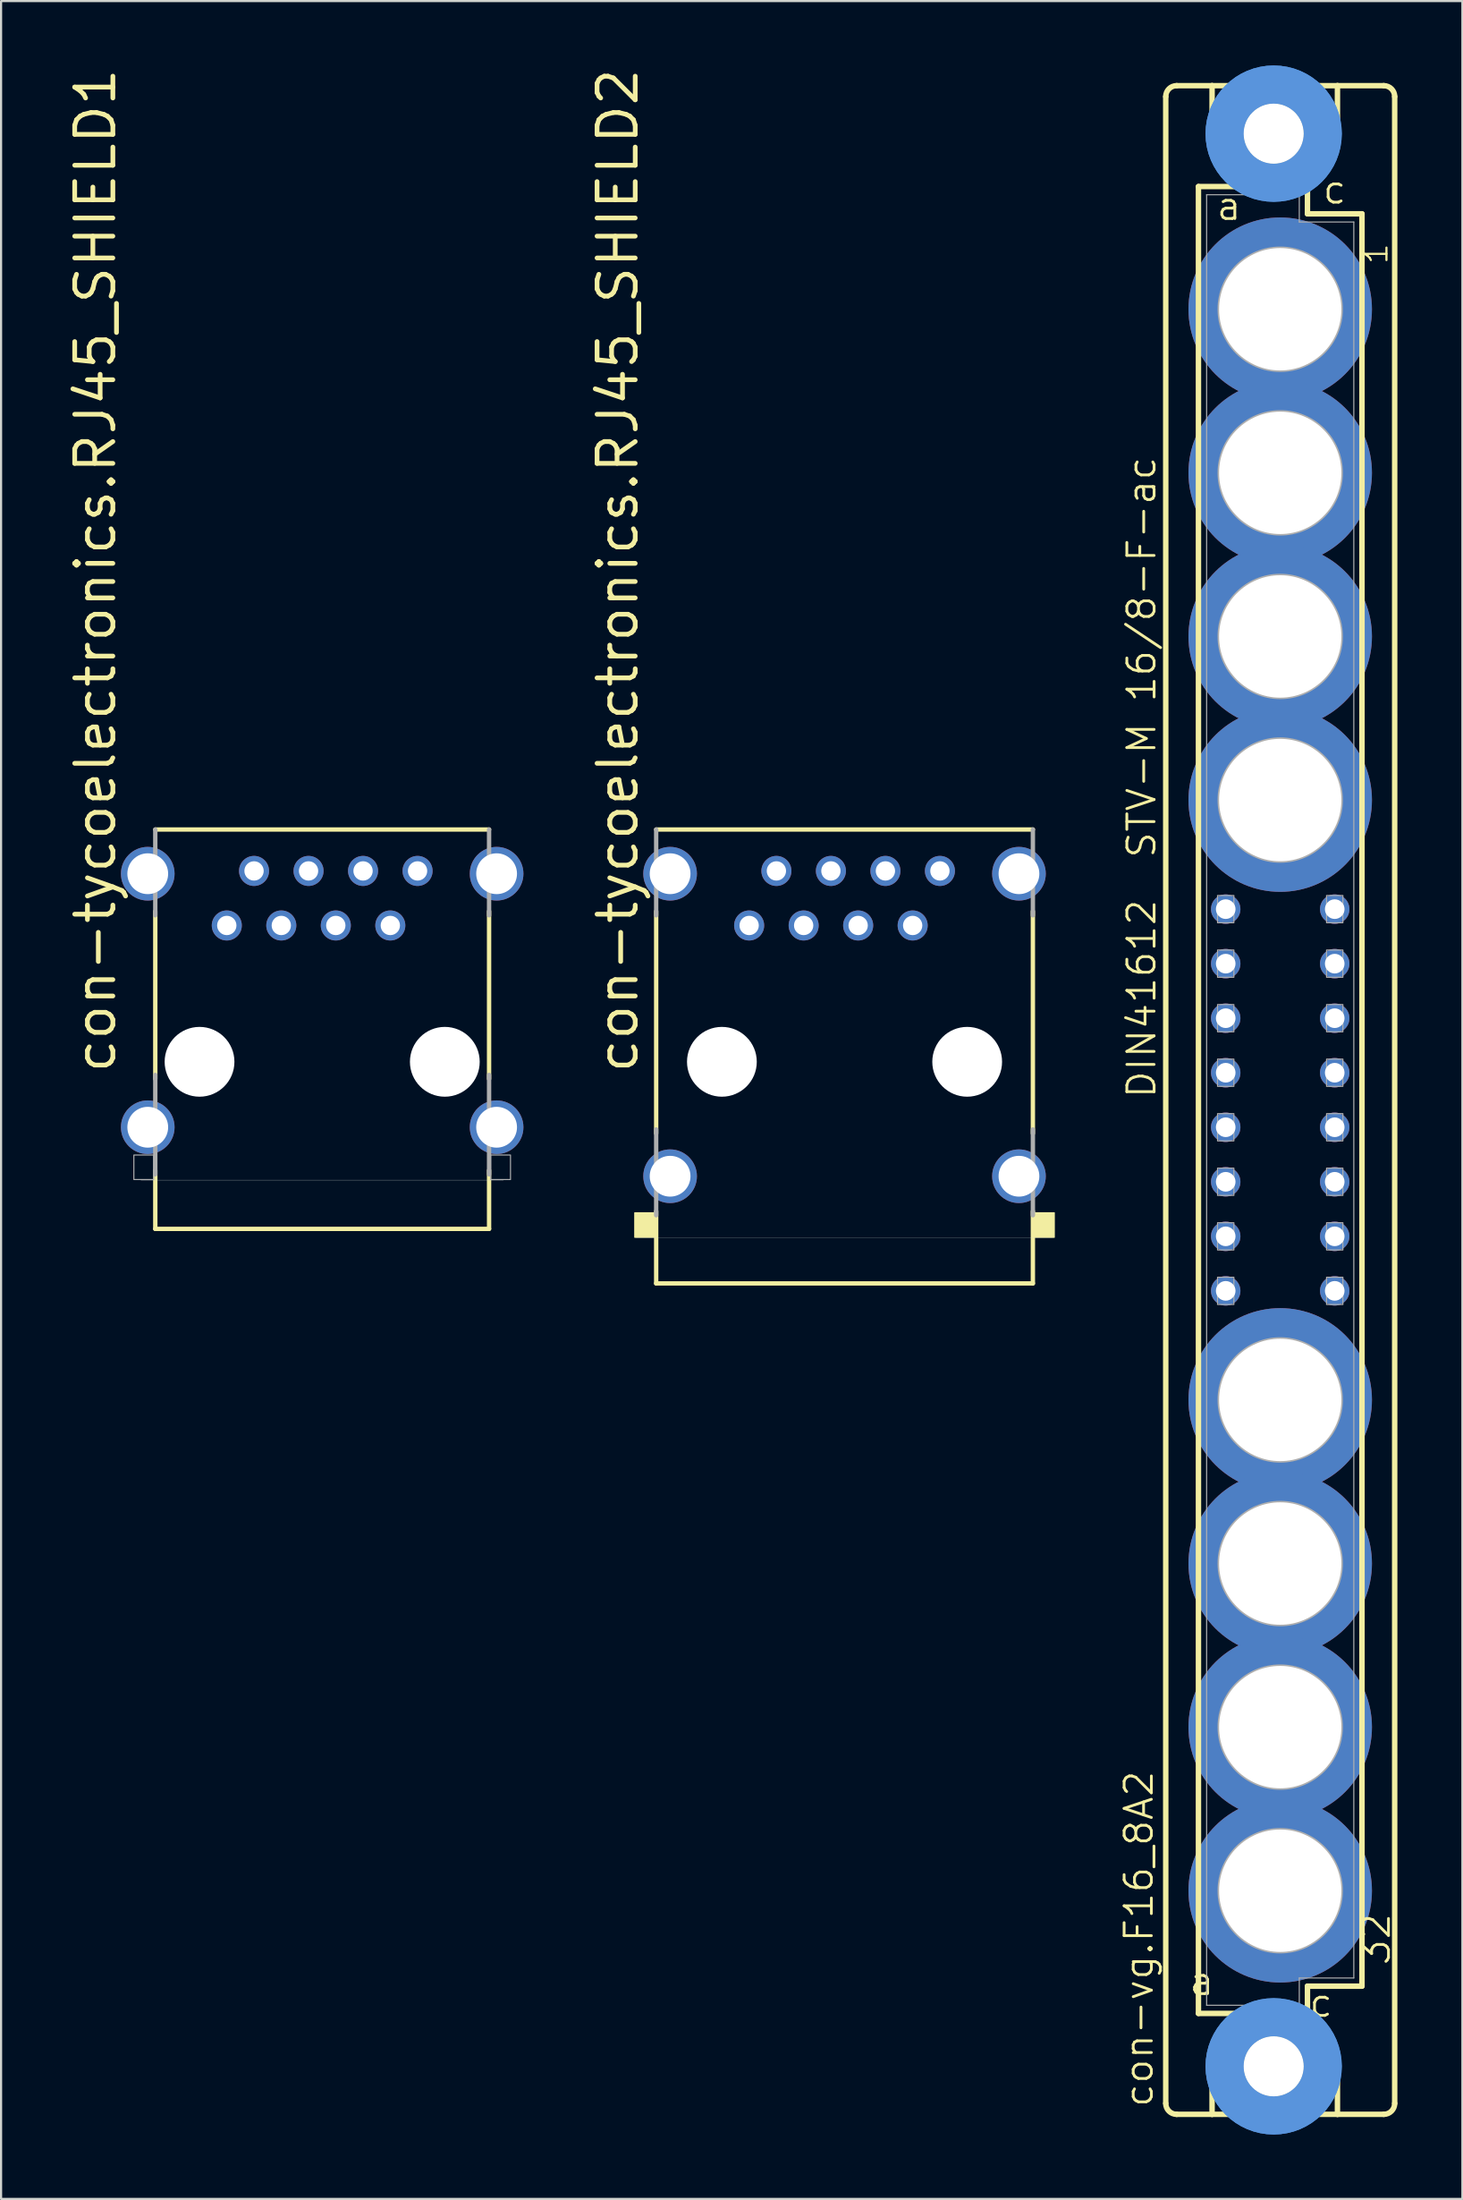
<source format=kicad_pcb>
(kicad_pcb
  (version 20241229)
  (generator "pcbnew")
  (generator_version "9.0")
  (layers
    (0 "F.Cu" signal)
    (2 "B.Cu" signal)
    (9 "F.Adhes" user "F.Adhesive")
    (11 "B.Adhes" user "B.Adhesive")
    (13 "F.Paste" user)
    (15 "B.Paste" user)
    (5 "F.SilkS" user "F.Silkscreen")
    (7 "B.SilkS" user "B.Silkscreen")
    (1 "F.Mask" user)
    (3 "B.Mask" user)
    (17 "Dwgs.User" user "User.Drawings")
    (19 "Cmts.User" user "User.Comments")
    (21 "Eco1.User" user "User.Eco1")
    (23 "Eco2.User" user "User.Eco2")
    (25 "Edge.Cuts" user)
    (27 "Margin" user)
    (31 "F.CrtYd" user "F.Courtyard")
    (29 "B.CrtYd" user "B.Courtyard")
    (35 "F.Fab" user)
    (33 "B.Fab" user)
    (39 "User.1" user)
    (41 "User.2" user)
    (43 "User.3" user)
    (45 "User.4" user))
  (footprint "con-vg.F16_8A2"
    (layer "F.Cu")
    (at 56.606 48.184)
    (property "Reference" "con-vg.F16_8A2" (at -5.842 46.99 90) (layer "F.SilkS") (effects (font (size 1.27 1.27) (thickness 0.13)) (justify left bottom)))
    (attr through_hole)
    (fp_line (start -5.334 46.736) (end -5.334 -46.736) (stroke (width 0.254) (type default)) (layer "F.SilkS"))
    (fp_line (start -4.826 -47.244) (end -3.175 -47.244) (stroke (width 0.254) (type default)) (layer "F.SilkS"))
    (fp_line (start -4.826 47.244) (end -3.175 47.244) (stroke (width 0.254) (type default)) (layer "F.SilkS"))
    (fp_line (start -3.81 -42.545) (end -3.81 42.545) (stroke (width 0.254) (type default)) (layer "F.SilkS"))
    (fp_line (start -3.81 42.545) (end -1.651 42.545) (stroke (width 0.254) (type default)) (layer "F.SilkS"))
    (fp_line (start -3.175 -47.244) (end -3.175 -44.45) (stroke (width 0.254) (type default)) (layer "F.SilkS"))
    (fp_line (start -3.175 47.244) (end -3.175 44.45) (stroke (width 0.254) (type default)) (layer "F.SilkS"))
    (fp_line (start -3.175 47.244) (end 2.667 47.244) (stroke (width 0.254) (type default)) (layer "F.SilkS"))
    (fp_line (start -1.651 -42.545) (end -3.81 -42.545) (stroke (width 0.254) (type default)) (layer "F.SilkS"))
    (fp_line (start -1.651 -42.545) (end -3.175 -44.45) (stroke (width 0.254) (type default)) (layer "F.SilkS"))
    (fp_line (start -1.651 42.545) (end -3.175 44.45) (stroke (width 0.254) (type default)) (layer "F.SilkS"))
    (fp_line (start -1.651 42.545) (end 1.143 42.545) (stroke (width 0.254) (type default)) (layer "F.SilkS"))
    (fp_line (start 1.143 -42.545) (end -1.651 -42.545) (stroke (width 0.254) (type default)) (layer "F.SilkS"))
    (fp_line (start 1.143 -42.545) (end 2.667 -44.45) (stroke (width 0.254) (type default)) (layer "F.SilkS"))
    (fp_line (start 1.143 42.545) (end 1.27 42.545) (stroke (width 0.254) (type default)) (layer "F.SilkS"))
    (fp_line (start 1.143 42.545) (end 2.667 44.45) (stroke (width 0.254) (type default)) (layer "F.SilkS"))
    (fp_line (start 1.27 -42.545) (end 1.143 -42.545) (stroke (width 0.254) (type default)) (layer "F.SilkS"))
    (fp_line (start 1.27 -41.275) (end 1.27 -42.545) (stroke (width 0.254) (type default)) (layer "F.SilkS"))
    (fp_line (start 1.27 41.275) (end 3.81 41.275) (stroke (width 0.254) (type default)) (layer "F.SilkS"))
    (fp_line (start 1.27 42.545) (end 1.27 41.275) (stroke (width 0.254) (type default)) (layer "F.SilkS"))
    (fp_line (start 2.667 -47.244) (end -3.175 -47.244) (stroke (width 0.254) (type default)) (layer "F.SilkS"))
    (fp_line (start 2.667 -47.244) (end 2.667 -44.45) (stroke (width 0.254) (type default)) (layer "F.SilkS"))
    (fp_line (start 2.667 47.244) (end 2.667 44.45) (stroke (width 0.254) (type default)) (layer "F.SilkS"))
    (fp_line (start 2.667 47.244) (end 4.826 47.244) (stroke (width 0.254) (type default)) (layer "F.SilkS"))
    (fp_line (start 3.81 -41.275) (end 1.27 -41.275) (stroke (width 0.254) (type default)) (layer "F.SilkS"))
    (fp_line (start 3.81 41.275) (end 3.81 -41.275) (stroke (width 0.254) (type default)) (layer "F.SilkS"))
    (fp_line (start 4.826 -47.244) (end 2.667 -47.244) (stroke (width 0.254) (type default)) (layer "F.SilkS"))
    (fp_line (start 5.334 46.736) (end 5.334 -46.736) (stroke (width 0.254) (type default)) (layer "F.SilkS"))
    (fp_arc (start -5.334 -46.736) (mid -5.18521 -47.09521) (end -4.826 -47.244) (stroke (width 0.254) (type default)) (layer "F.SilkS"))
    (fp_arc (start -4.826 47.244) (mid -5.18521 47.09521) (end -5.334 46.736) (stroke (width 0.254) (type default)) (layer "F.SilkS"))
    (fp_arc (start 4.826 -47.244) (mid 5.18521 -47.09521) (end 5.334 -46.736) (stroke (width 0.254) (type default)) (layer "F.SilkS"))
    (fp_arc (start 5.334 46.736) (mid 5.18521 47.09521) (end 4.826 47.244) (stroke (width 0.254) (type default)) (layer "F.SilkS"))
    (fp_circle (center -0.305 -45.009) (end 0.965 -45.009) (stroke (width 0.254) (type default)) (fill no) (layer "F.SilkS"))
    (fp_circle (center -0.305 45.009) (end 0.965 45.009) (stroke (width 0.254) (type default)) (fill no) (layer "F.SilkS"))
    (fp_circle (center -0.305 -45.009) (end 1.981 -45.009) (stroke (width 1.778) (type default)) (fill no) (layer "Cmts.User"))
    (fp_circle (center -0.305 -45.009) (end 1.981 -45.009) (stroke (width 1.778) (type default)) (fill no) (layer "Cmts.User"))
    (fp_circle (center -0.305 45.009) (end 1.981 45.009) (stroke (width 1.778) (type default)) (fill no) (layer "Cmts.User"))
    (fp_circle (center -0.305 45.009) (end 1.981 45.009) (stroke (width 1.778) (type default)) (fill no) (layer "Cmts.User"))
    (fp_line (start -3.429 -42.164) (end -3.429 42.164) (stroke (width 0.051) (type default)) (layer "F.Fab"))
    (fp_line (start -3.429 -42.164) (end 0.889 -42.164) (stroke (width 0.051) (type default)) (layer "F.Fab"))
    (fp_line (start -3.429 42.164) (end 0.889 42.164) (stroke (width 0.051) (type default)) (layer "F.Fab"))
    (fp_line (start 0.889 -42.164) (end 0.889 -40.894) (stroke (width 0.051) (type default)) (layer "F.Fab"))
    (fp_line (start 0.889 -40.894) (end 3.429 -40.894) (stroke (width 0.051) (type default)) (layer "F.Fab"))
    (fp_line (start 0.889 40.894) (end 3.429 40.894) (stroke (width 0.051) (type default)) (layer "F.Fab"))
    (fp_line (start 0.889 42.164) (end 0.889 40.894) (stroke (width 0.051) (type default)) (layer "F.Fab"))
    (fp_line (start 3.429 -40.894) (end 3.429 40.894) (stroke (width 0.051) (type default)) (layer "F.Fab"))
    (fp_rect (start -2.921 -8.255) (end -2.159 -9.525) (stroke (width 0.05) (type default)) (fill no) (layer "F.Fab"))
    (fp_rect (start -2.921 -5.715) (end -2.159 -6.985) (stroke (width 0.05) (type default)) (fill no) (layer "F.Fab"))
    (fp_rect (start -2.921 -3.175) (end -2.159 -4.445) (stroke (width 0.05) (type default)) (fill no) (layer "F.Fab"))
    (fp_rect (start -2.921 -0.635) (end -2.159 -1.905) (stroke (width 0.05) (type default)) (fill no) (layer "F.Fab"))
    (fp_rect (start -2.921 1.905) (end -2.159 0.635) (stroke (width 0.05) (type default)) (fill no) (layer "F.Fab"))
    (fp_rect (start -2.921 4.445) (end -2.159 3.175) (stroke (width 0.05) (type default)) (fill no) (layer "F.Fab"))
    (fp_rect (start -2.921 6.985) (end -2.159 5.715) (stroke (width 0.05) (type default)) (fill no) (layer "F.Fab"))
    (fp_rect (start -2.921 9.525) (end -2.159 8.255) (stroke (width 0.05) (type default)) (fill no) (layer "F.Fab"))
    (fp_rect (start 2.159 -8.255) (end 2.921 -9.525) (stroke (width 0.05) (type default)) (fill no) (layer "F.Fab"))
    (fp_rect (start 2.159 -5.715) (end 2.921 -6.985) (stroke (width 0.05) (type default)) (fill no) (layer "F.Fab"))
    (fp_rect (start 2.159 -3.175) (end 2.921 -4.445) (stroke (width 0.05) (type default)) (fill no) (layer "F.Fab"))
    (fp_rect (start 2.159 -0.635) (end 2.921 -1.905) (stroke (width 0.05) (type default)) (fill no) (layer "F.Fab"))
    (fp_rect (start 2.159 1.905) (end 2.921 0.635) (stroke (width 0.05) (type default)) (fill no) (layer "F.Fab"))
    (fp_rect (start 2.159 4.445) (end 2.921 3.175) (stroke (width 0.05) (type default)) (fill no) (layer "F.Fab"))
    (fp_rect (start 2.159 6.985) (end 2.921 5.715) (stroke (width 0.05) (type default)) (fill no) (layer "F.Fab"))
    (fp_rect (start 2.159 9.525) (end 2.921 8.255) (stroke (width 0.05) (type default)) (fill no) (layer "F.Fab"))
    (fp_circle (center 0 -36.83) (end 2.794 -36.83) (stroke (width 0.254) (type default)) (fill no) (layer "F.Fab"))
    (fp_circle (center 0 -29.21) (end 2.794 -29.21) (stroke (width 0.254) (type default)) (fill no) (layer "F.Fab"))
    (fp_circle (center 0 -21.59) (end 2.794 -21.59) (stroke (width 0.254) (type default)) (fill no) (layer "F.Fab"))
    (fp_circle (center 0 -13.97) (end 2.794 -13.97) (stroke (width 0.254) (type default)) (fill no) (layer "F.Fab"))
    (fp_circle (center 0 13.97) (end 2.794 13.97) (stroke (width 0.254) (type default)) (fill no) (layer "F.Fab"))
    (fp_circle (center 0 21.59) (end 2.794 21.59) (stroke (width 0.254) (type default)) (fill no) (layer "F.Fab"))
    (fp_circle (center 0 29.21) (end 2.794 29.21) (stroke (width 0.254) (type default)) (fill no) (layer "F.Fab"))
    (fp_circle (center 0 36.83) (end 2.794 36.83) (stroke (width 0.254) (type default)) (fill no) (layer "F.Fab"))
    (fp_text user "c " (at 1.27 42.799 0) (layer "F.SilkS") (effects (font (size 1.27 1.27) (thickness 0.13)) (justify left bottom)))
    (fp_text user "DIN41612  STV-M 16/8-F-ac" (at -5.715 0 90) (layer "F.SilkS") (effects (font (size 1.27 1.27) (thickness 0.13)) (justify left bottom)))
    (fp_text user "32" (at 5.207 40.386 90) (layer "F.SilkS") (effects (font (size 1.27 1.27) (thickness 0.13)) (justify left bottom)))
    (fp_text user "1" (at 5.08 -38.862 90) (layer "F.SilkS") (effects (font (size 1.016 1.016) (thickness 0.1)) (justify left bottom)))
    (fp_text user "c" (at 1.905 -41.656 0) (layer "F.SilkS") (effects (font (size 1.27 1.27) (thickness 0.13)) (justify left bottom)))
    (fp_text user "a" (at -3.048 -40.894 0) (layer "F.SilkS") (effects (font (size 1.27 1.27) (thickness 0.13)) (justify left bottom)))
    (fp_text user "a " (at -4.318 41.783 0) (layer "F.SilkS") (effects (font (size 1.27 1.27) (thickness 0.13)) (justify left bottom)))
    (pad "" np_thru_hole circle (at -0.305 -45.009) (size 2.794 2.794) (drill 2.794) (layers "*.Cu" "*.Mask"))
    (pad "" np_thru_hole circle (at -0.305 45.009) (size 2.794 2.794) (drill 2.794) (layers "*.Cu" "*.Mask"))
    (pad "1" thru_hole circle (at 0 -36.83) (size 8.55 8.55) (drill 5.7) (layers "*.Cu" "*.Mask"))
    (pad "2" thru_hole circle (at 0 -29.21) (size 8.55 8.55) (drill 5.7) (layers "*.Cu" "*.Mask"))
    (pad "3" thru_hole circle (at 0 -21.59) (size 8.55 8.55) (drill 5.7) (layers "*.Cu" "*.Mask"))
    (pad "4" thru_hole circle (at 0 -13.97) (size 8.55 8.55) (drill 5.7) (layers "*.Cu" "*.Mask"))
    (pad "5" thru_hole circle (at 0 13.97) (size 8.55 8.55) (drill 5.7) (layers "*.Cu" "*.Mask"))
    (pad "6" thru_hole circle (at 0 21.59) (size 8.55 8.55) (drill 5.7) (layers "*.Cu" "*.Mask"))
    (pad "7" thru_hole circle (at 0 29.21) (size 8.55 8.55) (drill 5.7) (layers "*.Cu" "*.Mask"))
    (pad "8" thru_hole circle (at 0 36.83) (size 8.55 8.55) (drill 5.7) (layers "*.Cu" "*.Mask"))
    (pad "A13" thru_hole circle (at -2.54 -8.89) (size 1.372 1.372) (drill 0.914) (layers "*.Cu" "*.Mask"))
    (pad "A14" thru_hole circle (at -2.54 -6.35) (size 1.372 1.372) (drill 0.914) (layers "*.Cu" "*.Mask"))
    (pad "A15" thru_hole circle (at -2.54 -3.81) (size 1.372 1.372) (drill 0.914) (layers "*.Cu" "*.Mask"))
    (pad "A16" thru_hole circle (at -2.54 -1.27) (size 1.372 1.372) (drill 0.914) (layers "*.Cu" "*.Mask"))
    (pad "A17" thru_hole circle (at -2.54 1.27) (size 1.372 1.372) (drill 0.914) (layers "*.Cu" "*.Mask"))
    (pad "A18" thru_hole circle (at -2.54 3.81) (size 1.372 1.372) (drill 0.914) (layers "*.Cu" "*.Mask"))
    (pad "A19" thru_hole circle (at -2.54 6.35) (size 1.372 1.372) (drill 0.914) (layers "*.Cu" "*.Mask"))
    (pad "A20" thru_hole circle (at -2.54 8.89) (size 1.372 1.372) (drill 0.914) (layers "*.Cu" "*.Mask"))
    (pad "C13" thru_hole circle (at 2.54 -8.89) (size 1.372 1.372) (drill 0.914) (layers "*.Cu" "*.Mask"))
    (pad "C14" thru_hole circle (at 2.54 -6.35) (size 1.372 1.372) (drill 0.914) (layers "*.Cu" "*.Mask"))
    (pad "C15" thru_hole circle (at 2.54 -3.81) (size 1.372 1.372) (drill 0.914) (layers "*.Cu" "*.Mask"))
    (pad "C16" thru_hole circle (at 2.54 -1.27) (size 1.372 1.372) (drill 0.914) (layers "*.Cu" "*.Mask"))
    (pad "C17" thru_hole circle (at 2.54 1.27) (size 1.372 1.372) (drill 0.914) (layers "*.Cu" "*.Mask"))
    (pad "C18" thru_hole circle (at 2.54 3.81) (size 1.372 1.372) (drill 0.914) (layers "*.Cu" "*.Mask"))
    (pad "C19" thru_hole circle (at 2.54 6.35) (size 1.372 1.372) (drill 0.914) (layers "*.Cu" "*.Mask"))
    (pad "C20" thru_hole circle (at 2.54 8.89) (size 1.372 1.372) (drill 0.914) (layers "*.Cu" "*.Mask")))
  (footprint "con-tycoelectronics.RJ45_SHIELD2"
    (layer "F.Cu")
    (at 36.304 46.405)
    (property "Reference" "con-tycoelectronics.RJ45_SHIELD2" (at -9.525 0.635 90) (layer "F.SilkS") (effects (font (size 1.778 1.778) (thickness 0.22)) (justify left bottom)))
    (attr through_hole)
    (fp_line (start -8.777 -10.819) (end 8.777 -10.819) (stroke (width 0.203) (type default)) (layer "F.SilkS"))
    (fp_line (start -8.777 3.337) (end -8.777 -7.009) (stroke (width 0.203) (type default)) (layer "F.SilkS"))
    (fp_line (start -8.777 10.322) (end -8.777 6.961) (stroke (width 0.203) (type default)) (layer "F.SilkS"))
    (fp_line (start 8.777 -7.009) (end 8.777 3.337) (stroke (width 0.203) (type default)) (layer "F.SilkS"))
    (fp_line (start 8.777 6.961) (end 8.777 10.322) (stroke (width 0.203) (type default)) (layer "F.SilkS"))
    (fp_line (start 8.777 10.322) (end -8.777 10.322) (stroke (width 0.203) (type default)) (layer "F.SilkS"))
    (fp_rect (start -9.775 8.175) (end -8.85 7.032) (stroke (width 0.05) (type default)) (fill yes) (layer "F.SilkS"))
    (fp_rect (start 8.85 8.175) (end 9.775 7.032) (stroke (width 0.05) (type default)) (fill yes) (layer "F.SilkS"))
    (fp_line (start 9.716 8.18) (end -9.716 8.18) (stroke (width 0.01) (type default)) (layer "Edge.Cuts"))
    (fp_line (start -8.777 -6.823) (end -8.777 -10.819) (stroke (width 0.203) (type default)) (layer "F.Fab"))
    (fp_line (start -8.777 7.147) (end -8.777 3.151) (stroke (width 0.203) (type default)) (layer "F.Fab"))
    (fp_line (start 8.777 -10.819) (end 8.777 -6.823) (stroke (width 0.203) (type default)) (layer "F.Fab"))
    (fp_line (start 8.777 3.151) (end 8.777 7.147) (stroke (width 0.203) (type default)) (layer "F.Fab"))
    (pad "" np_thru_hole circle (at -5.715 0) (size 3.251 3.251) (drill 3.251) (layers "*.Cu" "*.Mask"))
    (pad "" np_thru_hole circle (at 5.715 0) (size 3.251 3.251) (drill 3.251) (layers "*.Cu" "*.Mask"))
    (pad "1" thru_hole circle (at -4.445 -6.35) (size 1.4 1.4) (drill 0.9) (layers "*.Cu" "*.Mask"))
    (pad "2" thru_hole circle (at -3.175 -8.89) (size 1.4 1.4) (drill 0.9) (layers "*.Cu" "*.Mask"))
    (pad "3" thru_hole circle (at -1.905 -6.35) (size 1.4 1.4) (drill 0.9) (layers "*.Cu" "*.Mask"))
    (pad "4" thru_hole circle (at -0.635 -8.89) (size 1.4 1.4) (drill 0.9) (layers "*.Cu" "*.Mask"))
    (pad "5" thru_hole circle (at 0.635 -6.35) (size 1.4 1.4) (drill 0.9) (layers "*.Cu" "*.Mask"))
    (pad "6" thru_hole circle (at 1.905 -8.89) (size 1.4 1.4) (drill 0.9) (layers "*.Cu" "*.Mask"))
    (pad "7" thru_hole circle (at 3.175 -6.35) (size 1.4 1.4) (drill 0.9) (layers "*.Cu" "*.Mask"))
    (pad "8" thru_hole circle (at 4.445 -8.89) (size 1.4 1.4) (drill 0.9) (layers "*.Cu" "*.Mask"))
    (pad "S1" thru_hole circle (at -8.128 5.33) (size 2.5 2.5) (drill 1.9) (layers "*.Cu" "*.Mask"))
    (pad "S2" thru_hole circle (at 8.128 5.33) (size 2.5 2.5) (drill 1.9) (layers "*.Cu" "*.Mask"))
    (pad "S3" thru_hole circle (at -8.128 -8.76) (size 2.5 2.5) (drill 1.9) (layers "*.Cu" "*.Mask"))
    (pad "S4" thru_hole circle (at 8.128 -8.76) (size 2.5 2.5) (drill 1.9) (layers "*.Cu" "*.Mask")))
  (footprint "con-tycoelectronics.RJ45_SHIELD1"
    (layer "F.Cu")
    (at 11.963 46.405)
    (property "Reference" "con-tycoelectronics.RJ45_SHIELD1" (at -9.525 0.635 90) (layer "F.SilkS") (effects (font (size 1.778 1.778) (thickness 0.22)) (justify left bottom)))
    (attr through_hole)
    (fp_line (start -7.777 -10.819) (end 7.777 -10.819) (stroke (width 0.203) (type default)) (layer "F.SilkS"))
    (fp_line (start -7.777 0.797) (end -7.777 -7.009) (stroke (width 0.203) (type default)) (layer "F.SilkS"))
    (fp_line (start -7.777 7.782) (end -7.777 5.056) (stroke (width 0.203) (type default)) (layer "F.SilkS"))
    (fp_line (start 7.777 -7.009) (end 7.777 0.797) (stroke (width 0.203) (type default)) (layer "F.SilkS"))
    (fp_line (start 7.777 5.056) (end 7.777 7.782) (stroke (width 0.203) (type default)) (layer "F.SilkS"))
    (fp_line (start 7.777 7.782) (end -7.777 7.782) (stroke (width 0.203) (type default)) (layer "F.SilkS"))
    (fp_line (start 8.445 5.512) (end -8.445 5.512) (stroke (width 0.01) (type default)) (layer "Edge.Cuts"))
    (fp_line (start -7.777 -6.823) (end -7.777 -10.819) (stroke (width 0.203) (type default)) (layer "F.Fab"))
    (fp_line (start -7.777 5.242) (end -7.777 0.611) (stroke (width 0.203) (type default)) (layer "F.Fab"))
    (fp_line (start 7.777 -10.819) (end 7.777 -6.823) (stroke (width 0.203) (type default)) (layer "F.Fab"))
    (fp_line (start 7.777 0.611) (end 7.777 5.242) (stroke (width 0.203) (type default)) (layer "F.Fab"))
    (fp_rect (start -8.775 5.485) (end -7.85 4.342) (stroke (width 0.05) (type default)) (fill no) (layer "F.Fab"))
    (fp_rect (start 7.85 5.485) (end 8.775 4.342) (stroke (width 0.05) (type default)) (fill no) (layer "F.Fab"))
    (pad "" np_thru_hole circle (at -5.715 0) (size 3.251 3.251) (drill 3.251) (layers "*.Cu" "*.Mask"))
    (pad "" np_thru_hole circle (at 5.715 0) (size 3.251 3.251) (drill 3.251) (layers "*.Cu" "*.Mask"))
    (pad "1" thru_hole circle (at -4.445 -6.35) (size 1.4 1.4) (drill 0.9) (layers "*.Cu" "*.Mask"))
    (pad "2" thru_hole circle (at -3.175 -8.89) (size 1.4 1.4) (drill 0.9) (layers "*.Cu" "*.Mask"))
    (pad "3" thru_hole circle (at -1.905 -6.35) (size 1.4 1.4) (drill 0.9) (layers "*.Cu" "*.Mask"))
    (pad "4" thru_hole circle (at -0.635 -8.89) (size 1.4 1.4) (drill 0.9) (layers "*.Cu" "*.Mask"))
    (pad "5" thru_hole circle (at 0.635 -6.35) (size 1.4 1.4) (drill 0.9) (layers "*.Cu" "*.Mask"))
    (pad "6" thru_hole circle (at 1.905 -8.89) (size 1.4 1.4) (drill 0.9) (layers "*.Cu" "*.Mask"))
    (pad "7" thru_hole circle (at 3.175 -6.35) (size 1.4 1.4) (drill 0.9) (layers "*.Cu" "*.Mask"))
    (pad "8" thru_hole circle (at 4.445 -8.89) (size 1.4 1.4) (drill 0.9) (layers "*.Cu" "*.Mask"))
    (pad "S1" thru_hole circle (at -8.128 3.048) (size 2.5 2.5) (drill 1.9) (layers "*.Cu" "*.Mask"))
    (pad "S2" thru_hole circle (at 8.128 3.048) (size 2.5 2.5) (drill 1.9) (layers "*.Cu" "*.Mask"))
    (pad "S3" thru_hole circle (at -8.128 -8.76) (size 2.5 2.5) (drill 1.9) (layers "*.Cu" "*.Mask"))
    (pad "S4" thru_hole circle (at 8.128 -8.76) (size 2.5 2.5) (drill 1.9) (layers "*.Cu" "*.Mask")))
  (gr_rect
    (start -3 -3)
    (end 65.095 99.368)
    (stroke (width 0.1) (type default))
    (fill no)
    (layer "Edge.Cuts")))
</source>
